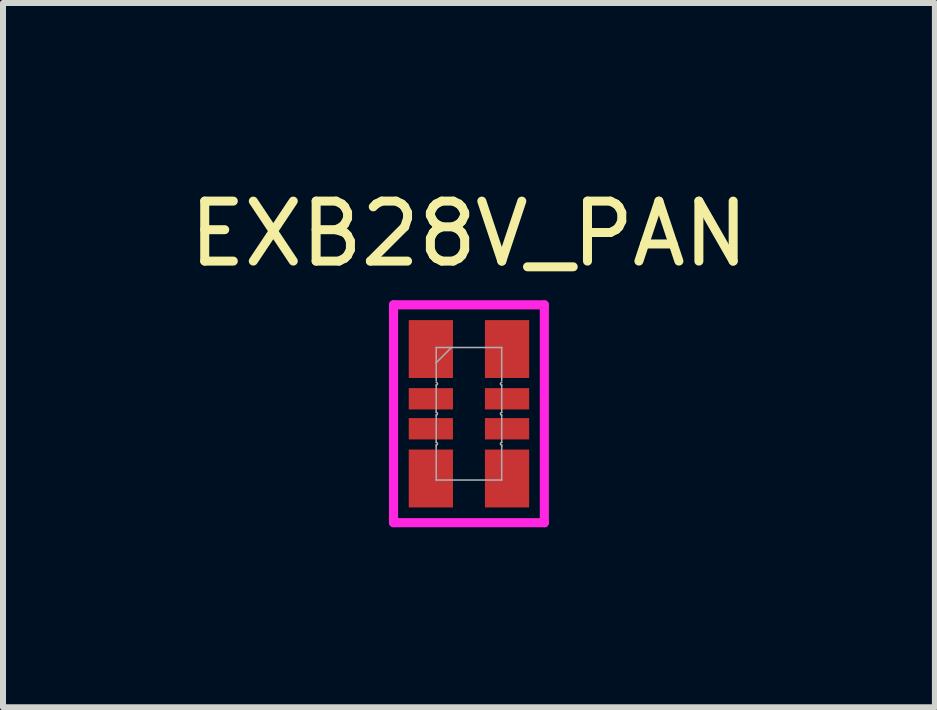
<source format=kicad_pcb>
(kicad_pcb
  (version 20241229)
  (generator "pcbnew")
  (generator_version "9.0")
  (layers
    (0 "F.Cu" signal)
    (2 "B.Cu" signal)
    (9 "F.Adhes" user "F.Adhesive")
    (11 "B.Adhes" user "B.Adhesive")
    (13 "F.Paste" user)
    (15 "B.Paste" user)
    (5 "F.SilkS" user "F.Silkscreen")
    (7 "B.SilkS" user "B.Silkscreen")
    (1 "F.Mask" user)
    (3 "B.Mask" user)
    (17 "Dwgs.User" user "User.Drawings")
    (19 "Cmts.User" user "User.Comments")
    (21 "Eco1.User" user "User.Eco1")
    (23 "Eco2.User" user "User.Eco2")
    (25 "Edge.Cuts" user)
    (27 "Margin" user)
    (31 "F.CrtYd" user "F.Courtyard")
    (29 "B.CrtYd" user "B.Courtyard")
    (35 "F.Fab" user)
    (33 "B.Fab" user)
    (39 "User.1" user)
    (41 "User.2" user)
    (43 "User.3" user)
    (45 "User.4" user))
  (footprint "EXB28V_PAN"
    (layer "F.Cu")
    (at 4.768 3.848)
    (property "Reference" "EXB28V_PAN" (at 0 -3 0) (unlocked yes) (layer "F.SilkS") (effects (font (size 1 1) (thickness 0.15))))
    (attr smd)
    (fp_line (start -1.257 -1.816) (end 1.257 -1.816) (stroke (width 0.152) (type solid)) (layer "F.CrtYd"))
    (fp_line (start -1.257 1.816) (end -1.257 -1.816) (stroke (width 0.152) (type solid)) (layer "F.CrtYd"))
    (fp_line (start 1.257 -1.816) (end 1.257 1.816) (stroke (width 0.152) (type solid)) (layer "F.CrtYd"))
    (fp_line (start 1.257 1.816) (end -1.257 1.816) (stroke (width 0.152) (type solid)) (layer "F.CrtYd"))
    (fp_line (start -0.546 -1.105) (end 0.546 -1.105) (stroke (width 0.025) (type solid)) (layer "F.Fab"))
    (fp_line (start -0.546 -0.546) (end -0.546 -1.105) (stroke (width 0.025) (type solid)) (layer "F.Fab"))
    (fp_line (start -0.546 -0.479) (end -0.546 -0.021) (stroke (width 0.025) (type solid)) (layer "F.Fab"))
    (fp_line (start -0.546 0.021) (end -0.546 0.479) (stroke (width 0.025) (type solid)) (layer "F.Fab"))
    (fp_line (start -0.546 0.521) (end -0.546 0.546) (stroke (width 0.025) (type solid)) (layer "F.Fab"))
    (fp_line (start -0.546 0.546) (end -0.546 1.105) (stroke (width 0.025) (type solid)) (layer "F.Fab"))
    (fp_line (start -0.546 1.105) (end 0.546 1.105) (stroke (width 0.025) (type solid)) (layer "F.Fab"))
    (fp_line (start -0.292 -1.105) (end -0.546 -0.851) (stroke (width 0.025) (type solid)) (layer "F.Fab"))
    (fp_line (start 0.546 -0.546) (end 0.546 -1.105) (stroke (width 0.025) (type solid)) (layer "F.Fab"))
    (fp_line (start 0.546 -0.479) (end 0.546 -0.021) (stroke (width 0.025) (type solid)) (layer "F.Fab"))
    (fp_line (start 0.546 0.021) (end 0.546 0.479) (stroke (width 0.025) (type solid)) (layer "F.Fab"))
    (fp_line (start 0.546 0.521) (end 0.546 0.546) (stroke (width 0.025) (type solid)) (layer "F.Fab"))
    (fp_line (start 0.546 0.546) (end 0.546 1.105) (stroke (width 0.025) (type solid)) (layer "F.Fab"))
    (fp_arc (start -0.5461 -0.521398) (mid -0.524701 -0.499999) (end -0.5461 -0.4786) (stroke (width 0.0254) (type solid)) (layer "F.Fab"))
    (fp_arc (start -0.5461 -0.021399) (mid -0.524701 0) (end -0.5461 0.021399) (stroke (width 0.0254) (type solid)) (layer "F.Fab"))
    (fp_arc (start -0.5461 0.4786) (mid -0.524701 0.499999) (end -0.5461 0.521398) (stroke (width 0.0254) (type solid)) (layer "F.Fab"))
    (fp_arc (start 0.5461 -0.4786) (mid 0.524701 -0.499999) (end 0.5461 -0.521398) (stroke (width 0.0254) (type solid)) (layer "F.Fab"))
    (fp_arc (start 0.5461 0.021399) (mid 0.524701 0) (end 0.5461 -0.021399) (stroke (width 0.0254) (type solid)) (layer "F.Fab"))
    (fp_arc (start 0.5461 0.521398) (mid 0.524701 0.499999) (end 0.5461 0.4786) (stroke (width 0.0254) (type solid)) (layer "F.Fab"))
    (pad "1" smd rect (at -0.635 -1.079) (size 0.737 0.965) (layers "F.Cu" "F.Mask" "F.Paste"))
    (pad "2" smd rect (at -0.635 -0.25) (size 0.737 0.356) (layers "F.Cu" "F.Mask" "F.Paste"))
    (pad "3" smd rect (at -0.635 0.25) (size 0.737 0.356) (layers "F.Cu" "F.Mask" "F.Paste"))
    (pad "4" smd rect (at -0.635 1.079) (size 0.737 0.965) (layers "F.Cu" "F.Mask" "F.Paste"))
    (pad "5" smd rect (at 0.635 1.079) (size 0.737 0.965) (layers "F.Cu" "F.Mask" "F.Paste"))
    (pad "6" smd rect (at 0.635 0.25) (size 0.737 0.356) (layers "F.Cu" "F.Mask" "F.Paste"))
    (pad "7" smd rect (at 0.635 -0.25) (size 0.737 0.356) (layers "F.Cu" "F.Mask" "F.Paste"))
    (pad "8" smd rect (at 0.635 -1.079) (size 0.737 0.965) (layers "F.Cu" "F.Mask" "F.Paste")))
  (gr_rect
    (start -3 -3)
    (end 12.536 8.741)
    (stroke (width 0.1) (type default))
    (fill no)
    (layer "Edge.Cuts")))
</source>
